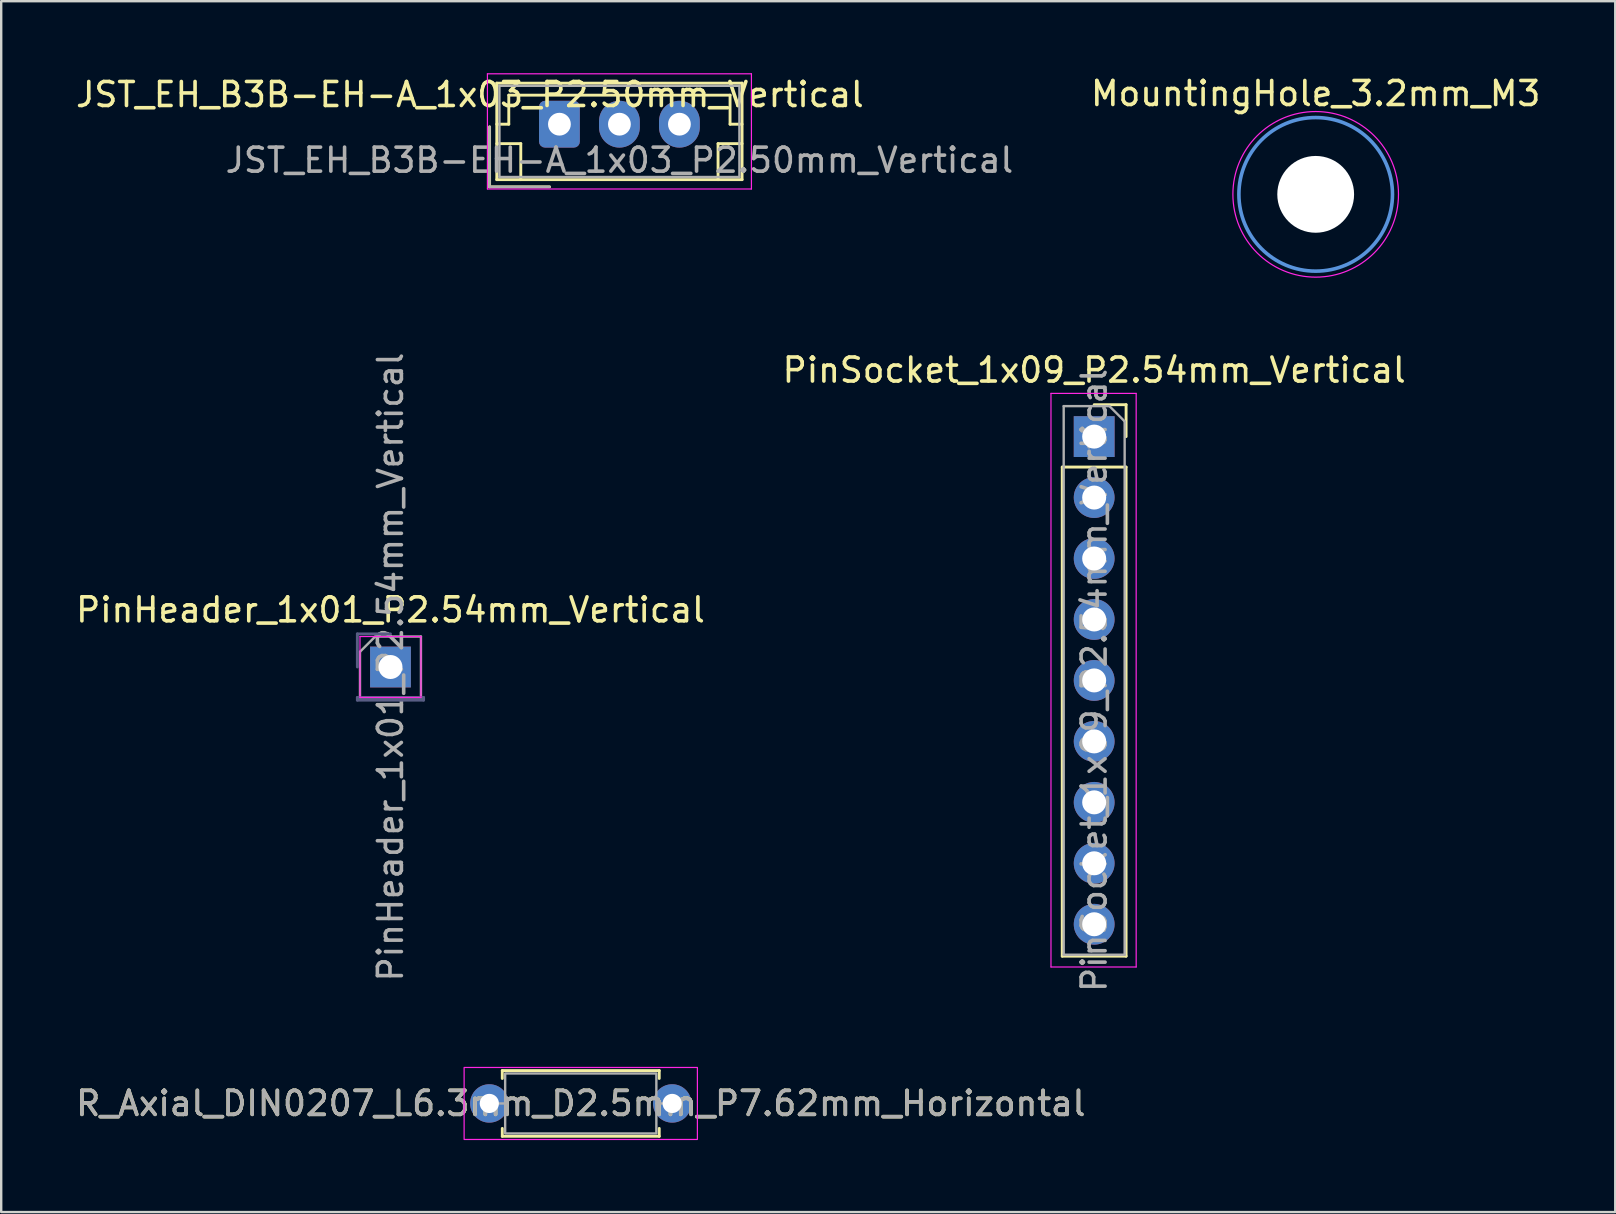
<source format=kicad_pcb>
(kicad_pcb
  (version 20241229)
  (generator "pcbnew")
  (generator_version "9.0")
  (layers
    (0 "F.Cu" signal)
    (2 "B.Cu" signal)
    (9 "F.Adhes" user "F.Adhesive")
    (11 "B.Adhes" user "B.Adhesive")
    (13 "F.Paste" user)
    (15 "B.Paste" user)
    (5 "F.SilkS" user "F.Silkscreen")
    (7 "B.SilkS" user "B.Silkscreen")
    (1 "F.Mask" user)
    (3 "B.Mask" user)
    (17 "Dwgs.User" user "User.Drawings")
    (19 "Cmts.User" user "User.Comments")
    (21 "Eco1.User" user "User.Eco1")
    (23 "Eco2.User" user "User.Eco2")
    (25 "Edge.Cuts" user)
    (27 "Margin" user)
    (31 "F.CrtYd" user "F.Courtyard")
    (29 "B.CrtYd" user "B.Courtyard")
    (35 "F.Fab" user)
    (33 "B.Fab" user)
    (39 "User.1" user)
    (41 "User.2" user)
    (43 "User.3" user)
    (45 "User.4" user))
  (footprint "JST_EH_B3B-EH-A_1x03_P2.50mm_Vertical"
    (layer "F.Cu")
    (at 20.26 2.125)
    (property "Reference" "JST_EH_B3B-EH-A_1x03_P2.50mm_Vertical" (at -3.73 -1.235 180) (layer "F.SilkS") (effects (font (size 1 1) (thickness 0.15))))
    (attr through_hole)
    (fp_line (start -2.91 0.11) (end -2.91 2.61) (stroke (width 0.12) (type solid)) (layer "F.SilkS"))
    (fp_line (start -2.91 2.61) (end -0.41 2.61) (stroke (width 0.12) (type solid)) (layer "F.SilkS"))
    (fp_line (start -2.61 -1.71) (end -2.61 2.31) (stroke (width 0.12) (type solid)) (layer "F.SilkS"))
    (fp_line (start -2.61 0) (end -2.11 0) (stroke (width 0.12) (type solid)) (layer "F.SilkS"))
    (fp_line (start -2.61 0.81) (end -1.61 0.81) (stroke (width 0.12) (type solid)) (layer "F.SilkS"))
    (fp_line (start -2.61 2.31) (end 7.61 2.31) (stroke (width 0.12) (type solid)) (layer "F.SilkS"))
    (fp_line (start -2.11 -1.21) (end 7.11 -1.21) (stroke (width 0.12) (type solid)) (layer "F.SilkS"))
    (fp_line (start -2.11 0) (end -2.11 -1.21) (stroke (width 0.12) (type solid)) (layer "F.SilkS"))
    (fp_line (start -1.61 0.81) (end -1.61 2.31) (stroke (width 0.12) (type solid)) (layer "F.SilkS"))
    (fp_line (start 6.61 0.81) (end 6.61 2.31) (stroke (width 0.12) (type solid)) (layer "F.SilkS"))
    (fp_line (start 7.11 -1.21) (end 7.11 0) (stroke (width 0.12) (type solid)) (layer "F.SilkS"))
    (fp_line (start 7.11 0) (end 7.61 0) (stroke (width 0.12) (type solid)) (layer "F.SilkS"))
    (fp_line (start 7.61 -1.71) (end -2.61 -1.71) (stroke (width 0.12) (type solid)) (layer "F.SilkS"))
    (fp_line (start 7.61 0.81) (end 6.61 0.81) (stroke (width 0.12) (type solid)) (layer "F.SilkS"))
    (fp_line (start 7.61 2.31) (end 7.61 -1.71) (stroke (width 0.12) (type solid)) (layer "F.SilkS"))
    (fp_line (start -3 -2.1) (end -3 2.7) (stroke (width 0.05) (type solid)) (layer "F.CrtYd"))
    (fp_line (start -3 2.7) (end 8 2.7) (stroke (width 0.05) (type solid)) (layer "F.CrtYd"))
    (fp_line (start 8 -2.1) (end -3 -2.1) (stroke (width 0.05) (type solid)) (layer "F.CrtYd"))
    (fp_line (start 8 2.7) (end 8 -2.1) (stroke (width 0.05) (type solid)) (layer "F.CrtYd"))
    (fp_line (start -2.91 0.11) (end -2.91 2.61) (stroke (width 0.1) (type solid)) (layer "F.Fab"))
    (fp_line (start -2.91 2.61) (end -0.41 2.61) (stroke (width 0.1) (type solid)) (layer "F.Fab"))
    (fp_line (start -2.5 -1.6) (end -2.5 2.2) (stroke (width 0.1) (type solid)) (layer "F.Fab"))
    (fp_line (start -2.5 2.2) (end 7.5 2.2) (stroke (width 0.1) (type solid)) (layer "F.Fab"))
    (fp_line (start 7.5 -1.6) (end -2.5 -1.6) (stroke (width 0.1) (type solid)) (layer "F.Fab"))
    (fp_line (start 7.5 2.2) (end 7.5 -1.6) (stroke (width 0.1) (type solid)) (layer "F.Fab"))
    (fp_text user "${REFERENCE}" (at 2.5 1.5 180) (layer "F.Fab") (effects (font (size 1 1) (thickness 0.15))))
    (pad "1" thru_hole roundrect (at 0 0) (size 1.7 1.95) (drill 0.95) (layers "*.Cu" "*.Mask") (roundrect_rratio 0.147))
    (pad "2" thru_hole oval (at 2.5 0) (size 1.7 1.95) (drill 0.95) (layers "*.Cu" "*.Mask"))
    (pad "3" thru_hole oval (at 5 0) (size 1.7 1.95) (drill 0.95) (layers "*.Cu" "*.Mask")))
  (footprint "PinSocket_1x09_P2.54mm_Vertical"
    (layer "F.Cu")
    (at 42.542 15.142)
    (property "Reference" "PinSocket_1x09_P2.54mm_Vertical" (at 0 -2.77 0) (layer "F.SilkS") (effects (font (size 1 1) (thickness 0.15))))
    (attr through_hole)
    (fp_line (start -1.33 1.27) (end -1.33 21.65) (stroke (width 0.12) (type solid)) (layer "F.SilkS"))
    (fp_line (start -1.33 1.27) (end 1.33 1.27) (stroke (width 0.12) (type solid)) (layer "F.SilkS"))
    (fp_line (start -1.33 21.65) (end 1.33 21.65) (stroke (width 0.12) (type solid)) (layer "F.SilkS"))
    (fp_line (start 0 -1.33) (end 1.33 -1.33) (stroke (width 0.12) (type solid)) (layer "F.SilkS"))
    (fp_line (start 1.33 -1.33) (end 1.33 0) (stroke (width 0.12) (type solid)) (layer "F.SilkS"))
    (fp_line (start 1.33 1.27) (end 1.33 21.65) (stroke (width 0.12) (type solid)) (layer "F.SilkS"))
    (fp_line (start -1.8 -1.8) (end 1.75 -1.8) (stroke (width 0.05) (type solid)) (layer "F.CrtYd"))
    (fp_line (start -1.8 22.1) (end -1.8 -1.8) (stroke (width 0.05) (type solid)) (layer "F.CrtYd"))
    (fp_line (start 1.75 -1.8) (end 1.75 22.1) (stroke (width 0.05) (type solid)) (layer "F.CrtYd"))
    (fp_line (start 1.75 22.1) (end -1.8 22.1) (stroke (width 0.05) (type solid)) (layer "F.CrtYd"))
    (fp_line (start -1.27 -1.27) (end 0.635 -1.27) (stroke (width 0.1) (type solid)) (layer "F.Fab"))
    (fp_line (start -1.27 21.59) (end -1.27 -1.27) (stroke (width 0.1) (type solid)) (layer "F.Fab"))
    (fp_line (start 0.635 -1.27) (end 1.27 -0.635) (stroke (width 0.1) (type solid)) (layer "F.Fab"))
    (fp_line (start 1.27 -0.635) (end 1.27 21.59) (stroke (width 0.1) (type solid)) (layer "F.Fab"))
    (fp_line (start 1.27 21.59) (end -1.27 21.59) (stroke (width 0.1) (type solid)) (layer "F.Fab"))
    (fp_text user "${REFERENCE}" (at 0 10.16 90) (layer "F.Fab") (effects (font (size 1 1) (thickness 0.15))))
    (pad "1" thru_hole rect (at 0 0) (size 1.7 1.7) (drill 1) (layers "*.Cu" "*.Mask"))
    (pad "2" thru_hole circle (at 0 2.54) (size 1.7 1.7) (drill 1) (layers "*.Cu" "*.Mask"))
    (pad "3" thru_hole circle (at 0 5.08) (size 1.7 1.7) (drill 1) (layers "*.Cu" "*.Mask"))
    (pad "4" thru_hole circle (at 0 7.62) (size 1.7 1.7) (drill 1) (layers "*.Cu" "*.Mask"))
    (pad "5" thru_hole circle (at 0 10.16) (size 1.7 1.7) (drill 1) (layers "*.Cu" "*.Mask"))
    (pad "6" thru_hole circle (at 0 12.7) (size 1.7 1.7) (drill 1) (layers "*.Cu" "*.Mask"))
    (pad "7" thru_hole circle (at 0 15.24) (size 1.7 1.7) (drill 1) (layers "*.Cu" "*.Mask"))
    (pad "8" thru_hole circle (at 0 17.78) (size 1.7 1.7) (drill 1) (layers "*.Cu" "*.Mask"))
    (pad "9" thru_hole circle (at 0 20.32) (size 1.7 1.7) (drill 1) (layers "*.Cu" "*.Mask")))
  (footprint "MountingHole_3.2mm_M3"
    (layer "F.Cu")
    (at 51.772 5.048)
    (property "Reference" "MountingHole_3.2mm_M3" (at 0 -4.2 0) (layer "F.SilkS") (effects (font (size 1 1) (thickness 0.15))))
    (attr exclude_from_pos_files exclude_from_bom)
    (fp_circle (center 0 0) (end 3.2 0) (stroke (width 0.15) (type solid)) (fill no) (layer "Cmts.User"))
    (fp_circle (center 0 0) (end 3.45 0) (stroke (width 0.05) (type solid)) (fill no) (layer "F.CrtYd"))
    (pad "" np_thru_hole circle (at 0 0) (size 3.2 3.2) (drill 3.2) (layers "*.Cu" "*.Mask")))
  (footprint "R_Axial_DIN0207_L6.3mm_D2.5mm_P7.62mm_Horizontal"
    (layer "F.Cu")
    (at 17.339 42.928)
    (property "Reference" "R_Axial_DIN0207_L6.3mm_D2.5mm_P7.62mm_Horizontal" (at 3.81 0 180) (layer "F.SilkS") (effects (font (size 1 1) (thickness 0.15))))
    (attr through_hole)
    (fp_line (start 0.54 -1.37) (end 7.08 -1.37) (stroke (width 0.12) (type solid)) (layer "F.SilkS"))
    (fp_line (start 0.54 -1.04) (end 0.54 -1.37) (stroke (width 0.12) (type solid)) (layer "F.SilkS"))
    (fp_line (start 0.54 1.04) (end 0.54 1.37) (stroke (width 0.12) (type solid)) (layer "F.SilkS"))
    (fp_line (start 0.54 1.37) (end 7.08 1.37) (stroke (width 0.12) (type solid)) (layer "F.SilkS"))
    (fp_line (start 7.08 -1.37) (end 7.08 -1.04) (stroke (width 0.12) (type solid)) (layer "F.SilkS"))
    (fp_line (start 7.08 1.37) (end 7.08 1.04) (stroke (width 0.12) (type solid)) (layer "F.SilkS"))
    (fp_poly (pts (xy -1.05 -1.5) (xy 8.67 -1.5) (xy 8.67 1.5) (xy -1.05 1.5)) (stroke (width 0.05) (type solid)) (fill no) (layer "F.CrtYd"))
    (fp_line (start 0 0) (end 0.66 0) (stroke (width 0.1) (type solid)) (layer "F.Fab"))
    (fp_line (start 7.62 0) (end 6.96 0) (stroke (width 0.1) (type solid)) (layer "F.Fab"))
    (fp_poly (pts (xy 0.66 -1.25) (xy 6.96 -1.25) (xy 6.96 1.25) (xy 0.66 1.25)) (stroke (width 0.1) (type solid)) (fill no) (layer "F.Fab"))
    (fp_text user "${REFERENCE}" (at 3.81 0 180) (layer "F.Fab") (effects (font (size 1 1) (thickness 0.15))))
    (pad "1" thru_hole circle (at 0 0) (size 1.6 1.6) (drill 0.8) (layers "*.Cu" "*.Mask"))
    (pad "2" thru_hole circle (at 7.62 0) (size 1.6 1.6) (drill 0.8) (layers "*.Cu" "*.Mask")))
  (footprint "PinHeader_1x01_P2.54mm_Vertical"
    (layer "F.Cu")
    (at 13.22 24.743)
    (property "Reference" "PinHeader_1x01_P2.54mm_Vertical" (at 0 -2.38 0) (layer "F.SilkS") (effects (font (size 1 1) (thickness 0.15))))
    (attr through_hole)
    (fp_line (start -1.27 -1.27) (end -1.27 1.27) (stroke (width 0.05) (type solid)) (layer "F.CrtYd"))
    (fp_line (start -1.27 1.27) (end 1.27 1.27) (stroke (width 0.05) (type solid)) (layer "F.CrtYd"))
    (fp_line (start 1.27 -1.27) (end -1.27 -1.27) (stroke (width 0.05) (type solid)) (layer "F.CrtYd"))
    (fp_line (start 1.27 1.27) (end 1.27 -1.27) (stroke (width 0.05) (type solid)) (layer "F.CrtYd"))
    (fp_line (start -1.38 -1.38) (end 0 -1.38) (stroke (width 0.12) (type solid)) (layer "B.Fab"))
    (fp_line (start -1.38 0) (end -1.38 -1.38) (stroke (width 0.12) (type solid)) (layer "B.Fab"))
    (fp_line (start -1.38 1.27) (end -1.38 1.38) (stroke (width 0.12) (type solid)) (layer "B.Fab"))
    (fp_line (start -1.38 1.27) (end 1.38 1.27) (stroke (width 0.12) (type solid)) (layer "B.Fab"))
    (fp_line (start -1.38 1.38) (end 1.38 1.38) (stroke (width 0.12) (type solid)) (layer "B.Fab"))
    (fp_line (start 1.38 1.27) (end 1.38 1.38) (stroke (width 0.12) (type solid)) (layer "B.Fab"))
    (fp_line (start -1.27 -0.635) (end -0.635 -1.27) (stroke (width 0.1) (type solid)) (layer "F.Fab"))
    (fp_line (start -1.27 1.27) (end -1.27 -0.635) (stroke (width 0.1) (type solid)) (layer "F.Fab"))
    (fp_line (start -0.635 -1.27) (end 1.27 -1.27) (stroke (width 0.1) (type solid)) (layer "F.Fab"))
    (fp_line (start 1.27 -1.27) (end 1.27 1.27) (stroke (width 0.1) (type solid)) (layer "F.Fab"))
    (fp_line (start 1.27 1.27) (end -1.27 1.27) (stroke (width 0.1) (type solid)) (layer "F.Fab"))
    (fp_text user "${REFERENCE}" (at 0 0 90) (layer "F.Fab") (effects (font (size 1 1) (thickness 0.15))))
    (pad "1" thru_hole rect (at 0 0) (size 1.7 1.7) (drill 1) (layers "*.Cu" "*.Mask")))
  (gr_rect
    (start -3 -3)
    (end 64.254 47.453)
    (stroke (width 0.1) (type default))
    (fill no)
    (layer "Edge.Cuts")))
</source>
